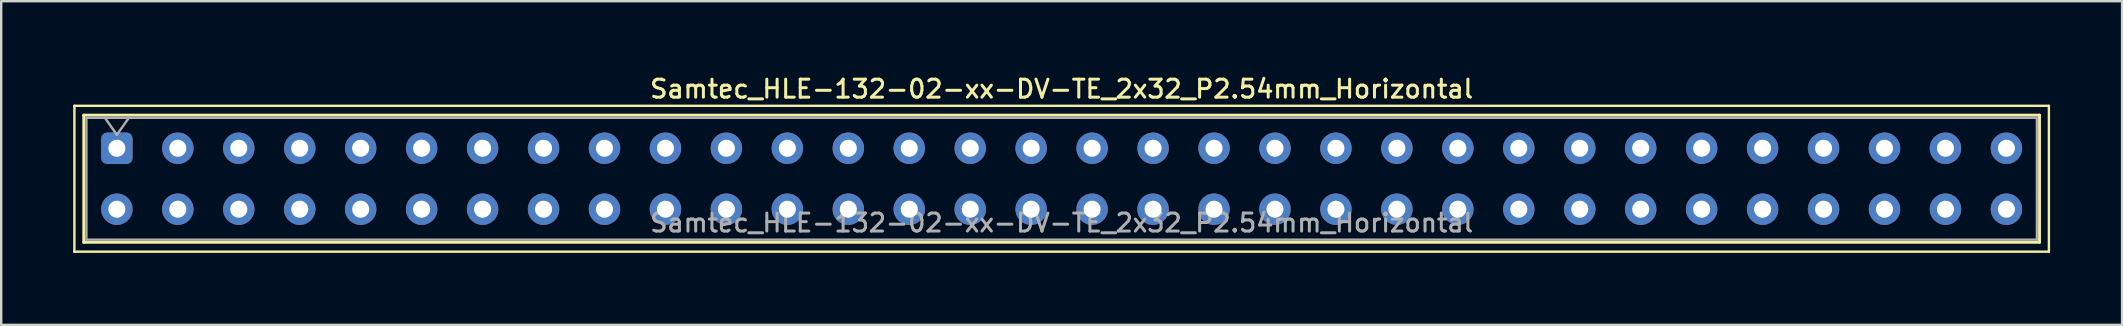
<source format=kicad_pcb>
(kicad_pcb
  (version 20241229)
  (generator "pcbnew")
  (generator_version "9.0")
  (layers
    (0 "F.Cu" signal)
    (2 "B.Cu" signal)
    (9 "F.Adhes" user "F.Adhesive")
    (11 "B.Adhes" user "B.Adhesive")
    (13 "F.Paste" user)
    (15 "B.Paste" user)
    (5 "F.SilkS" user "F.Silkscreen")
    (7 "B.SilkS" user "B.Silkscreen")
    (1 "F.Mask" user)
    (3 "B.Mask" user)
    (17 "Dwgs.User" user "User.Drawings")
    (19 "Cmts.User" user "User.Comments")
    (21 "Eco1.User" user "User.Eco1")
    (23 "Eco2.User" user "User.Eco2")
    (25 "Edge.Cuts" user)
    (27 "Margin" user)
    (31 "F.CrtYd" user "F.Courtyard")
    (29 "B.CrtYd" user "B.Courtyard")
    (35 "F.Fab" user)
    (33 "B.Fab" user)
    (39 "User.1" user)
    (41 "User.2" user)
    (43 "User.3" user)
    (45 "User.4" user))
  (footprint "Samtec_HLE-132-02-xx-DV-TE_2x32_P2.54mm_Horizontal"
    (layer "F.Cu")
    (at 1.82 3.128)
    (property "Reference" "Samtec_HLE-132-02-xx-DV-TE_2x32_P2.54mm_Horizontal" (at 39.37 -2.47 0) (layer "F.SilkS") (effects (font (size 0.75 0.75) (thickness 0.125))))
    (attr through_hole)
    (fp_line (start -1.77 -1.77) (end 80.51 -1.77) (stroke (width 0.1) (type solid)) (layer "F.SilkS"))
    (fp_line (start -1.77 4.31) (end -1.77 -1.77) (stroke (width 0.1) (type solid)) (layer "F.SilkS"))
    (fp_line (start -1.38 -1.38) (end 80.12 -1.38) (stroke (width 0.12) (type solid)) (layer "F.SilkS"))
    (fp_line (start -1.38 3.92) (end -1.38 -1.38) (stroke (width 0.12) (type solid)) (layer "F.SilkS"))
    (fp_line (start 80.12 -1.38) (end 80.12 3.92) (stroke (width 0.12) (type solid)) (layer "F.SilkS"))
    (fp_line (start 80.12 3.92) (end -1.38 3.92) (stroke (width 0.12) (type solid)) (layer "F.SilkS"))
    (fp_line (start 80.51 -1.77) (end 80.51 4.31) (stroke (width 0.1) (type solid)) (layer "F.SilkS"))
    (fp_line (start 80.51 4.31) (end -1.77 4.31) (stroke (width 0.1) (type solid)) (layer "F.SilkS"))
    (fp_line (start -1.27 -1.27) (end 80.01 -1.27) (stroke (width 0.1) (type solid)) (layer "F.Fab"))
    (fp_line (start -1.27 3.81) (end -1.27 -1.27) (stroke (width 0.1) (type solid)) (layer "F.Fab"))
    (fp_line (start -0.5 -1.27) (end 0 -0.563) (stroke (width 0.1) (type solid)) (layer "F.Fab"))
    (fp_line (start 0 -0.563) (end 0.5 -1.27) (stroke (width 0.1) (type solid)) (layer "F.Fab"))
    (fp_line (start 80.01 -1.27) (end 80.01 3.81) (stroke (width 0.1) (type solid)) (layer "F.Fab"))
    (fp_line (start 80.01 3.81) (end -1.27 3.81) (stroke (width 0.1) (type solid)) (layer "F.Fab"))
    (fp_text user "${REFERENCE}" (at 39.37 3.11 0) (layer "F.Fab") (effects (font (size 0.75 0.75) (thickness 0.125))))
    (pad "1" thru_hole roundrect (at 0 0) (size 1.31 1.31) (drill 0.71) (layers "*.Cu" "*.Mask") (roundrect_rratio 0.191))
    (pad "2" thru_hole circle (at 0 2.54) (size 1.31 1.31) (drill 0.71) (layers "*.Cu" "*.Mask"))
    (pad "3" thru_hole circle (at 2.54 0) (size 1.31 1.31) (drill 0.71) (layers "*.Cu" "*.Mask"))
    (pad "4" thru_hole circle (at 2.54 2.54) (size 1.31 1.31) (drill 0.71) (layers "*.Cu" "*.Mask"))
    (pad "5" thru_hole circle (at 5.08 0) (size 1.31 1.31) (drill 0.71) (layers "*.Cu" "*.Mask"))
    (pad "6" thru_hole circle (at 5.08 2.54) (size 1.31 1.31) (drill 0.71) (layers "*.Cu" "*.Mask"))
    (pad "7" thru_hole circle (at 7.62 0) (size 1.31 1.31) (drill 0.71) (layers "*.Cu" "*.Mask"))
    (pad "8" thru_hole circle (at 7.62 2.54) (size 1.31 1.31) (drill 0.71) (layers "*.Cu" "*.Mask"))
    (pad "9" thru_hole circle (at 10.16 0) (size 1.31 1.31) (drill 0.71) (layers "*.Cu" "*.Mask"))
    (pad "10" thru_hole circle (at 10.16 2.54) (size 1.31 1.31) (drill 0.71) (layers "*.Cu" "*.Mask"))
    (pad "11" thru_hole circle (at 12.7 0) (size 1.31 1.31) (drill 0.71) (layers "*.Cu" "*.Mask"))
    (pad "12" thru_hole circle (at 12.7 2.54) (size 1.31 1.31) (drill 0.71) (layers "*.Cu" "*.Mask"))
    (pad "13" thru_hole circle (at 15.24 0) (size 1.31 1.31) (drill 0.71) (layers "*.Cu" "*.Mask"))
    (pad "14" thru_hole circle (at 15.24 2.54) (size 1.31 1.31) (drill 0.71) (layers "*.Cu" "*.Mask"))
    (pad "15" thru_hole circle (at 17.78 0) (size 1.31 1.31) (drill 0.71) (layers "*.Cu" "*.Mask"))
    (pad "16" thru_hole circle (at 17.78 2.54) (size 1.31 1.31) (drill 0.71) (layers "*.Cu" "*.Mask"))
    (pad "17" thru_hole circle (at 20.32 0) (size 1.31 1.31) (drill 0.71) (layers "*.Cu" "*.Mask"))
    (pad "18" thru_hole circle (at 20.32 2.54) (size 1.31 1.31) (drill 0.71) (layers "*.Cu" "*.Mask"))
    (pad "19" thru_hole circle (at 22.86 0) (size 1.31 1.31) (drill 0.71) (layers "*.Cu" "*.Mask"))
    (pad "20" thru_hole circle (at 22.86 2.54) (size 1.31 1.31) (drill 0.71) (layers "*.Cu" "*.Mask"))
    (pad "21" thru_hole circle (at 25.4 0) (size 1.31 1.31) (drill 0.71) (layers "*.Cu" "*.Mask"))
    (pad "22" thru_hole circle (at 25.4 2.54) (size 1.31 1.31) (drill 0.71) (layers "*.Cu" "*.Mask"))
    (pad "23" thru_hole circle (at 27.94 0) (size 1.31 1.31) (drill 0.71) (layers "*.Cu" "*.Mask"))
    (pad "24" thru_hole circle (at 27.94 2.54) (size 1.31 1.31) (drill 0.71) (layers "*.Cu" "*.Mask"))
    (pad "25" thru_hole circle (at 30.48 0) (size 1.31 1.31) (drill 0.71) (layers "*.Cu" "*.Mask"))
    (pad "26" thru_hole circle (at 30.48 2.54) (size 1.31 1.31) (drill 0.71) (layers "*.Cu" "*.Mask"))
    (pad "27" thru_hole circle (at 33.02 0) (size 1.31 1.31) (drill 0.71) (layers "*.Cu" "*.Mask"))
    (pad "28" thru_hole circle (at 33.02 2.54) (size 1.31 1.31) (drill 0.71) (layers "*.Cu" "*.Mask"))
    (pad "29" thru_hole circle (at 35.56 0) (size 1.31 1.31) (drill 0.71) (layers "*.Cu" "*.Mask"))
    (pad "30" thru_hole circle (at 35.56 2.54) (size 1.31 1.31) (drill 0.71) (layers "*.Cu" "*.Mask"))
    (pad "31" thru_hole circle (at 38.1 0) (size 1.31 1.31) (drill 0.71) (layers "*.Cu" "*.Mask"))
    (pad "32" thru_hole circle (at 38.1 2.54) (size 1.31 1.31) (drill 0.71) (layers "*.Cu" "*.Mask"))
    (pad "33" thru_hole circle (at 40.64 0) (size 1.31 1.31) (drill 0.71) (layers "*.Cu" "*.Mask"))
    (pad "34" thru_hole circle (at 40.64 2.54) (size 1.31 1.31) (drill 0.71) (layers "*.Cu" "*.Mask"))
    (pad "35" thru_hole circle (at 43.18 0) (size 1.31 1.31) (drill 0.71) (layers "*.Cu" "*.Mask"))
    (pad "36" thru_hole circle (at 43.18 2.54) (size 1.31 1.31) (drill 0.71) (layers "*.Cu" "*.Mask"))
    (pad "37" thru_hole circle (at 45.72 0) (size 1.31 1.31) (drill 0.71) (layers "*.Cu" "*.Mask"))
    (pad "38" thru_hole circle (at 45.72 2.54) (size 1.31 1.31) (drill 0.71) (layers "*.Cu" "*.Mask"))
    (pad "39" thru_hole circle (at 48.26 0) (size 1.31 1.31) (drill 0.71) (layers "*.Cu" "*.Mask"))
    (pad "40" thru_hole circle (at 48.26 2.54) (size 1.31 1.31) (drill 0.71) (layers "*.Cu" "*.Mask"))
    (pad "41" thru_hole circle (at 50.8 0) (size 1.31 1.31) (drill 0.71) (layers "*.Cu" "*.Mask"))
    (pad "42" thru_hole circle (at 50.8 2.54) (size 1.31 1.31) (drill 0.71) (layers "*.Cu" "*.Mask"))
    (pad "43" thru_hole circle (at 53.34 0) (size 1.31 1.31) (drill 0.71) (layers "*.Cu" "*.Mask"))
    (pad "44" thru_hole circle (at 53.34 2.54) (size 1.31 1.31) (drill 0.71) (layers "*.Cu" "*.Mask"))
    (pad "45" thru_hole circle (at 55.88 0) (size 1.31 1.31) (drill 0.71) (layers "*.Cu" "*.Mask"))
    (pad "46" thru_hole circle (at 55.88 2.54) (size 1.31 1.31) (drill 0.71) (layers "*.Cu" "*.Mask"))
    (pad "47" thru_hole circle (at 58.42 0) (size 1.31 1.31) (drill 0.71) (layers "*.Cu" "*.Mask"))
    (pad "48" thru_hole circle (at 58.42 2.54) (size 1.31 1.31) (drill 0.71) (layers "*.Cu" "*.Mask"))
    (pad "49" thru_hole circle (at 60.96 0) (size 1.31 1.31) (drill 0.71) (layers "*.Cu" "*.Mask"))
    (pad "50" thru_hole circle (at 60.96 2.54) (size 1.31 1.31) (drill 0.71) (layers "*.Cu" "*.Mask"))
    (pad "51" thru_hole circle (at 63.5 0) (size 1.31 1.31) (drill 0.71) (layers "*.Cu" "*.Mask"))
    (pad "52" thru_hole circle (at 63.5 2.54) (size 1.31 1.31) (drill 0.71) (layers "*.Cu" "*.Mask"))
    (pad "53" thru_hole circle (at 66.04 0) (size 1.31 1.31) (drill 0.71) (layers "*.Cu" "*.Mask"))
    (pad "54" thru_hole circle (at 66.04 2.54) (size 1.31 1.31) (drill 0.71) (layers "*.Cu" "*.Mask"))
    (pad "55" thru_hole circle (at 68.58 0) (size 1.31 1.31) (drill 0.71) (layers "*.Cu" "*.Mask"))
    (pad "56" thru_hole circle (at 68.58 2.54) (size 1.31 1.31) (drill 0.71) (layers "*.Cu" "*.Mask"))
    (pad "57" thru_hole circle (at 71.12 0) (size 1.31 1.31) (drill 0.71) (layers "*.Cu" "*.Mask"))
    (pad "58" thru_hole circle (at 71.12 2.54) (size 1.31 1.31) (drill 0.71) (layers "*.Cu" "*.Mask"))
    (pad "59" thru_hole circle (at 73.66 0) (size 1.31 1.31) (drill 0.71) (layers "*.Cu" "*.Mask"))
    (pad "60" thru_hole circle (at 73.66 2.54) (size 1.31 1.31) (drill 0.71) (layers "*.Cu" "*.Mask"))
    (pad "61" thru_hole circle (at 76.2 0) (size 1.31 1.31) (drill 0.71) (layers "*.Cu" "*.Mask"))
    (pad "62" thru_hole circle (at 76.2 2.54) (size 1.31 1.31) (drill 0.71) (layers "*.Cu" "*.Mask"))
    (pad "63" thru_hole circle (at 78.74 0) (size 1.31 1.31) (drill 0.71) (layers "*.Cu" "*.Mask"))
    (pad "64" thru_hole circle (at 78.74 2.54) (size 1.31 1.31) (drill 0.71) (layers "*.Cu" "*.Mask")))
  (gr_rect
    (start -3 -3)
    (end 85.38 10.488)
    (stroke (width 0.1) (type default))
    (fill no)
    (layer "Edge.Cuts")))
</source>
